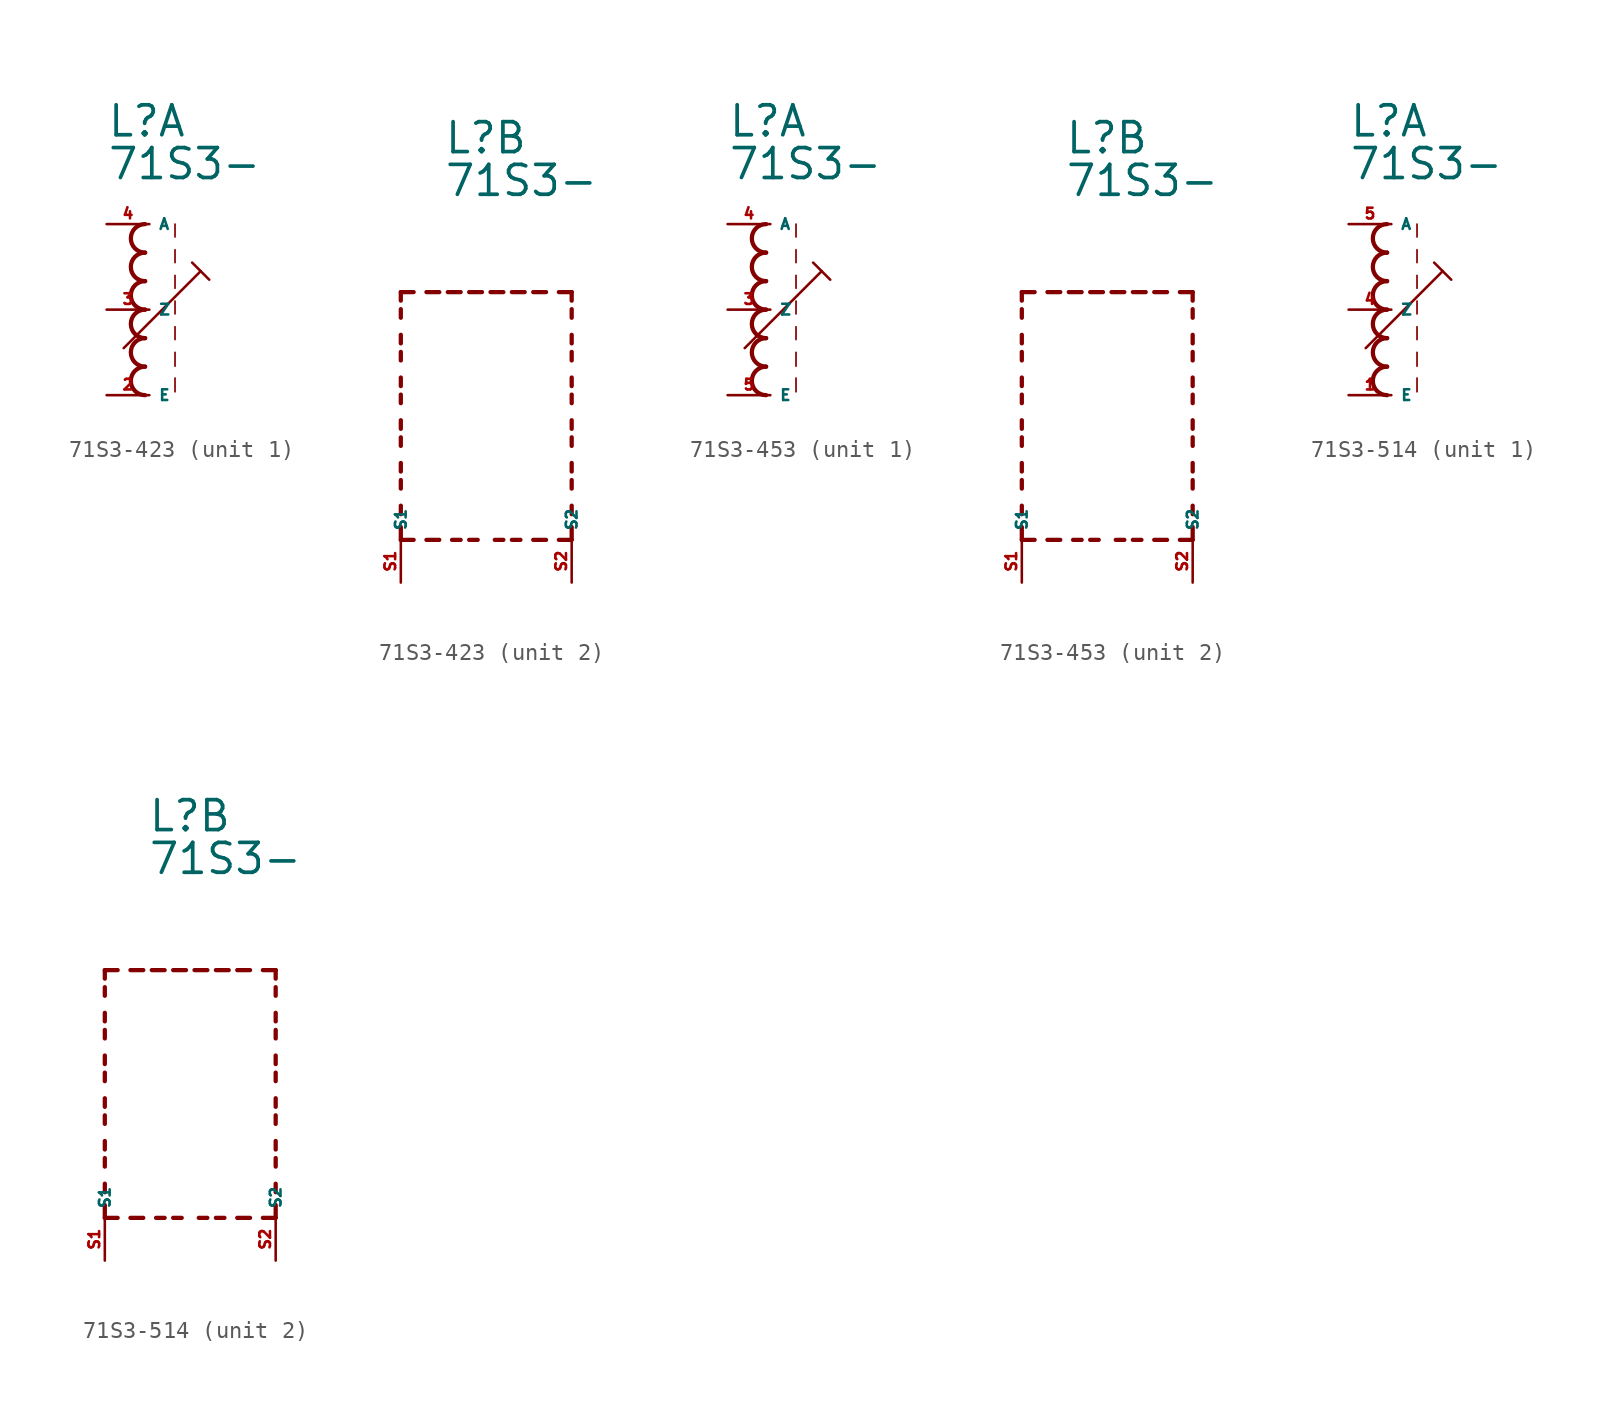
<source format=kicad_sym>
(kicad_symbol_lib
  (version 20220914)
  (generator kicad_symbol_editor)
  (symbol "71S3-423"
    (property "Reference" "L"
      (at -2.54 10.16 0)
      (effects (font (size 1.778 1.778) (thickness 0.22)) (justify left bottom)))
    (property "Value" "71S3-"
      (at -2.54 7.62 0)
      (effects (font (size 1.778 1.778) (thickness 0.22)) (justify left bottom)))
    (symbol "71S3-423_1_0"
      (arc (start -0.254 -3.3866) (mid -1.1004 -4.2333) (end -0.254 -5.08) (stroke (width 0.254) (type default)) (fill (type none)))
      (arc (start -0.254 -1.6932) (mid -1.1004 -2.5399) (end -0.254 -3.3866) (stroke (width 0.254) (type default)) (fill (type none)))
      (arc (start -0.254 0) (mid -1.1004 -0.8467) (end -0.254 -1.6934) (stroke (width 0.254) (type default)) (fill (type none)))
      (arc (start -0.254 1.6934) (mid -1.1004 0.8467) (end -0.254 0) (stroke (width 0.254) (type default)) (fill (type none)))
      (arc (start -0.254 3.3866) (mid -1.1002 2.54) (end -0.254 1.6934) (stroke (width 0.254) (type default)) (fill (type none)))
      (arc (start -0.254 5.08) (mid -1.1004 4.2333) (end -0.254 3.3866) (stroke (width 0.254) (type default)) (fill (type none)))
      (polyline (pts (xy -1.524 -2.286) (xy 3.048 2.286)) (stroke (width 0.152) (type default)) (fill (type none)))
      (polyline (pts (xy 1.524 -4.064) (xy 1.524 -4.88)) (stroke (width 0.102) (type default)) (fill (type none)))
      (polyline (pts (xy 1.524 -2.54) (xy 1.524 -3.356)) (stroke (width 0.102) (type default)) (fill (type none)))
      (polyline (pts (xy 1.524 -1.016) (xy 1.524 -1.778)) (stroke (width 0.102) (type default)) (fill (type none)))
      (polyline (pts (xy 1.524 0.508) (xy 1.524 -0.254)) (stroke (width 0.102) (type default)) (fill (type none)))
      (polyline (pts (xy 1.524 2.032) (xy 1.524 1.27)) (stroke (width 0.102) (type default)) (fill (type none)))
      (polyline (pts (xy 1.524 3.556) (xy 1.524 2.794)) (stroke (width 0.102) (type default)) (fill (type none)))
      (polyline (pts (xy 1.524 5.08) (xy 1.524 4.318)) (stroke (width 0.102) (type default)) (fill (type none)))
      (polyline (pts (xy 2.54 2.794) (xy 3.048 2.286)) (stroke (width 0.152) (type default)) (fill (type none)))
      (polyline (pts (xy 3.048 2.286) (xy 3.556 1.778)) (stroke (width 0.152) (type default)) (fill (type none)))
      (pin passive line (at -2.54 -5.08 0) (length 2.54) (name "E" (effects (font (size 0.635 0.635)))) (number "2" (effects (font (size 0.635 0.635)))))
      (pin passive line (at -2.54 0 0) (length 2.54) (name "Z" (effects (font (size 0.635 0.635)))) (number "3" (effects (font (size 0.635 0.635)))))
      (pin passive line (at -2.54 5.08 0) (length 2.54) (name "A" (effects (font (size 0.635 0.635)))) (number "4" (effects (font (size 0.635 0.635))))))
    (symbol "71S3-423_2_0"
      (polyline (pts (xy -5.08 -12.7) (xy -5.08 -11.938)) (stroke (width 0.254) (type default)) (fill (type none)))
      (polyline (pts (xy -5.08 -12.7) (xy -4.318 -12.7)) (stroke (width 0.254) (type default)) (fill (type none)))
      (polyline (pts (xy -5.08 -11.176) (xy -5.08 -10.668)) (stroke (width 0.254) (type default)) (fill (type none)))
      (polyline (pts (xy -5.08 -9.652) (xy -5.08 -9.144)) (stroke (width 0.254) (type default)) (fill (type none)))
      (polyline (pts (xy -5.08 -8.636) (xy -5.08 -8.128)) (stroke (width 0.254) (type default)) (fill (type none)))
      (polyline (pts (xy -5.08 -7.112) (xy -5.08 -6.604)) (stroke (width 0.254) (type default)) (fill (type none)))
      (polyline (pts (xy -5.08 -6.096) (xy -5.08 -5.588)) (stroke (width 0.254) (type default)) (fill (type none)))
      (polyline (pts (xy -5.08 -4.572) (xy -5.08 -4.064)) (stroke (width 0.254) (type default)) (fill (type none)))
      (polyline (pts (xy -5.08 -3.556) (xy -5.08 -3.048)) (stroke (width 0.254) (type default)) (fill (type none)))
      (polyline (pts (xy -5.08 -2.032) (xy -5.08 -1.524)) (stroke (width 0.254) (type default)) (fill (type none)))
      (polyline (pts (xy -5.08 -1.016) (xy -5.08 -0.508)) (stroke (width 0.254) (type default)) (fill (type none)))
      (polyline (pts (xy -5.08 0.508) (xy -5.08 1.016)) (stroke (width 0.254) (type default)) (fill (type none)))
      (polyline (pts (xy -5.08 1.524) (xy -5.08 2.032)) (stroke (width 0.254) (type default)) (fill (type none)))
      (polyline (pts (xy -5.08 2.032) (xy -4.318 2.032)) (stroke (width 0.254) (type default)) (fill (type none)))
      (polyline (pts (xy -3.556 -12.7) (xy -2.794 -12.7)) (stroke (width 0.254) (type default)) (fill (type none)))
      (polyline (pts (xy -3.556 2.032) (xy -2.794 2.032)) (stroke (width 0.254) (type default)) (fill (type none)))
      (polyline (pts (xy -1.524 -12.7) (xy -2.032 -12.7)) (stroke (width 0.254) (type default)) (fill (type none)))
      (polyline (pts (xy -1.524 2.032) (xy -2.286 2.032)) (stroke (width 0.254) (type default)) (fill (type none)))
      (polyline (pts (xy -1.016 2.032) (xy -0.254 2.032)) (stroke (width 0.254) (type default)) (fill (type none)))
      (polyline (pts (xy -0.508 -12.7) (xy -1.016 -12.7)) (stroke (width 0.254) (type default)) (fill (type none)))
      (polyline (pts (xy 1.016 -12.7) (xy 0.508 -12.7)) (stroke (width 0.254) (type default)) (fill (type none)))
      (polyline (pts (xy 1.016 2.032) (xy 0.254 2.032)) (stroke (width 0.254) (type default)) (fill (type none)))
      (polyline (pts (xy 1.524 2.032) (xy 2.286 2.032)) (stroke (width 0.254) (type default)) (fill (type none)))
      (polyline (pts (xy 2.032 -12.7) (xy 1.524 -12.7)) (stroke (width 0.254) (type default)) (fill (type none)))
      (polyline (pts (xy 3.556 -12.7) (xy 2.794 -12.7)) (stroke (width 0.254) (type default)) (fill (type none)))
      (polyline (pts (xy 3.556 2.032) (xy 2.794 2.032)) (stroke (width 0.254) (type default)) (fill (type none)))
      (polyline (pts (xy 5.08 -12.7) (xy 4.318 -12.7)) (stroke (width 0.254) (type default)) (fill (type none)))
      (polyline (pts (xy 5.08 -12.7) (xy 5.08 -11.938)) (stroke (width 0.254) (type default)) (fill (type none)))
      (polyline (pts (xy 5.08 -11.176) (xy 5.08 -10.668)) (stroke (width 0.254) (type default)) (fill (type none)))
      (polyline (pts (xy 5.08 -9.652) (xy 5.08 -9.144)) (stroke (width 0.254) (type default)) (fill (type none)))
      (polyline (pts (xy 5.08 -8.636) (xy 5.08 -8.128)) (stroke (width 0.254) (type default)) (fill (type none)))
      (polyline (pts (xy 5.08 -7.112) (xy 5.08 -6.604)) (stroke (width 0.254) (type default)) (fill (type none)))
      (polyline (pts (xy 5.08 -6.096) (xy 5.08 -5.588)) (stroke (width 0.254) (type default)) (fill (type none)))
      (polyline (pts (xy 5.08 -4.572) (xy 5.08 -4.064)) (stroke (width 0.254) (type default)) (fill (type none)))
      (polyline (pts (xy 5.08 -3.556) (xy 5.08 -3.048)) (stroke (width 0.254) (type default)) (fill (type none)))
      (polyline (pts (xy 5.08 -2.032) (xy 5.08 -1.524)) (stroke (width 0.254) (type default)) (fill (type none)))
      (polyline (pts (xy 5.08 -1.016) (xy 5.08 -0.508)) (stroke (width 0.254) (type default)) (fill (type none)))
      (polyline (pts (xy 5.08 0.508) (xy 5.08 1.016)) (stroke (width 0.254) (type default)) (fill (type none)))
      (polyline (pts (xy 5.08 1.524) (xy 5.08 2.032)) (stroke (width 0.254) (type default)) (fill (type none)))
      (polyline (pts (xy 5.08 2.032) (xy 4.318 2.032)) (stroke (width 0.254) (type default)) (fill (type none)))
      (pin passive line (at -5.08 -15.24 90) (length 2.54) (name "S1" (effects (font (size 0.635 0.635)))) (number "S1" (effects (font (size 0.635 0.635)))))
      (pin passive line (at 5.08 -15.24 90) (length 2.54) (name "S2" (effects (font (size 0.635 0.635)))) (number "S2" (effects (font (size 0.635 0.635)))))))
  (symbol "71S3-453"
    (property "Reference" "L"
      (at -2.54 10.16 0)
      (effects (font (size 1.778 1.778) (thickness 0.22)) (justify left bottom)))
    (property "Value" "71S3-"
      (at -2.54 7.62 0)
      (effects (font (size 1.778 1.778) (thickness 0.22)) (justify left bottom)))
    (symbol "71S3-453_1_0"
      (arc (start -0.254 -3.3866) (mid -1.1004 -4.2333) (end -0.254 -5.08) (stroke (width 0.254) (type default)) (fill (type none)))
      (arc (start -0.254 -1.6932) (mid -1.1004 -2.5399) (end -0.254 -3.3866) (stroke (width 0.254) (type default)) (fill (type none)))
      (arc (start -0.254 0) (mid -1.1004 -0.8467) (end -0.254 -1.6934) (stroke (width 0.254) (type default)) (fill (type none)))
      (arc (start -0.254 1.6934) (mid -1.1004 0.8467) (end -0.254 0) (stroke (width 0.254) (type default)) (fill (type none)))
      (arc (start -0.254 3.3866) (mid -1.1002 2.54) (end -0.254 1.6934) (stroke (width 0.254) (type default)) (fill (type none)))
      (arc (start -0.254 5.08) (mid -1.1004 4.2333) (end -0.254 3.3866) (stroke (width 0.254) (type default)) (fill (type none)))
      (polyline (pts (xy -1.524 -2.286) (xy 3.048 2.286)) (stroke (width 0.152) (type default)) (fill (type none)))
      (polyline (pts (xy 1.524 -4.064) (xy 1.524 -4.88)) (stroke (width 0.102) (type default)) (fill (type none)))
      (polyline (pts (xy 1.524 -2.54) (xy 1.524 -3.356)) (stroke (width 0.102) (type default)) (fill (type none)))
      (polyline (pts (xy 1.524 -1.016) (xy 1.524 -1.778)) (stroke (width 0.102) (type default)) (fill (type none)))
      (polyline (pts (xy 1.524 0.508) (xy 1.524 -0.254)) (stroke (width 0.102) (type default)) (fill (type none)))
      (polyline (pts (xy 1.524 2.032) (xy 1.524 1.27)) (stroke (width 0.102) (type default)) (fill (type none)))
      (polyline (pts (xy 1.524 3.556) (xy 1.524 2.794)) (stroke (width 0.102) (type default)) (fill (type none)))
      (polyline (pts (xy 1.524 5.08) (xy 1.524 4.318)) (stroke (width 0.102) (type default)) (fill (type none)))
      (polyline (pts (xy 2.54 2.794) (xy 3.048 2.286)) (stroke (width 0.152) (type default)) (fill (type none)))
      (polyline (pts (xy 3.048 2.286) (xy 3.556 1.778)) (stroke (width 0.152) (type default)) (fill (type none)))
      (pin passive line (at -2.54 0 0) (length 2.54) (name "Z" (effects (font (size 0.635 0.635)))) (number "3" (effects (font (size 0.635 0.635)))))
      (pin passive line (at -2.54 5.08 0) (length 2.54) (name "A" (effects (font (size 0.635 0.635)))) (number "4" (effects (font (size 0.635 0.635)))))
      (pin passive line (at -2.54 -5.08 0) (length 2.54) (name "E" (effects (font (size 0.635 0.635)))) (number "5" (effects (font (size 0.635 0.635))))))
    (symbol "71S3-453_2_0"
      (polyline (pts (xy -5.08 -12.7) (xy -5.08 -11.938)) (stroke (width 0.254) (type default)) (fill (type none)))
      (polyline (pts (xy -5.08 -12.7) (xy -4.318 -12.7)) (stroke (width 0.254) (type default)) (fill (type none)))
      (polyline (pts (xy -5.08 -11.176) (xy -5.08 -10.668)) (stroke (width 0.254) (type default)) (fill (type none)))
      (polyline (pts (xy -5.08 -9.652) (xy -5.08 -9.144)) (stroke (width 0.254) (type default)) (fill (type none)))
      (polyline (pts (xy -5.08 -8.636) (xy -5.08 -8.128)) (stroke (width 0.254) (type default)) (fill (type none)))
      (polyline (pts (xy -5.08 -7.112) (xy -5.08 -6.604)) (stroke (width 0.254) (type default)) (fill (type none)))
      (polyline (pts (xy -5.08 -6.096) (xy -5.08 -5.588)) (stroke (width 0.254) (type default)) (fill (type none)))
      (polyline (pts (xy -5.08 -4.572) (xy -5.08 -4.064)) (stroke (width 0.254) (type default)) (fill (type none)))
      (polyline (pts (xy -5.08 -3.556) (xy -5.08 -3.048)) (stroke (width 0.254) (type default)) (fill (type none)))
      (polyline (pts (xy -5.08 -2.032) (xy -5.08 -1.524)) (stroke (width 0.254) (type default)) (fill (type none)))
      (polyline (pts (xy -5.08 -1.016) (xy -5.08 -0.508)) (stroke (width 0.254) (type default)) (fill (type none)))
      (polyline (pts (xy -5.08 0.508) (xy -5.08 1.016)) (stroke (width 0.254) (type default)) (fill (type none)))
      (polyline (pts (xy -5.08 1.524) (xy -5.08 2.032)) (stroke (width 0.254) (type default)) (fill (type none)))
      (polyline (pts (xy -5.08 2.032) (xy -4.318 2.032)) (stroke (width 0.254) (type default)) (fill (type none)))
      (polyline (pts (xy -3.556 -12.7) (xy -2.794 -12.7)) (stroke (width 0.254) (type default)) (fill (type none)))
      (polyline (pts (xy -3.556 2.032) (xy -2.794 2.032)) (stroke (width 0.254) (type default)) (fill (type none)))
      (polyline (pts (xy -1.524 -12.7) (xy -2.032 -12.7)) (stroke (width 0.254) (type default)) (fill (type none)))
      (polyline (pts (xy -1.524 2.032) (xy -2.286 2.032)) (stroke (width 0.254) (type default)) (fill (type none)))
      (polyline (pts (xy -1.016 2.032) (xy -0.254 2.032)) (stroke (width 0.254) (type default)) (fill (type none)))
      (polyline (pts (xy -0.508 -12.7) (xy -1.016 -12.7)) (stroke (width 0.254) (type default)) (fill (type none)))
      (polyline (pts (xy 1.016 -12.7) (xy 0.508 -12.7)) (stroke (width 0.254) (type default)) (fill (type none)))
      (polyline (pts (xy 1.016 2.032) (xy 0.254 2.032)) (stroke (width 0.254) (type default)) (fill (type none)))
      (polyline (pts (xy 1.524 2.032) (xy 2.286 2.032)) (stroke (width 0.254) (type default)) (fill (type none)))
      (polyline (pts (xy 2.032 -12.7) (xy 1.524 -12.7)) (stroke (width 0.254) (type default)) (fill (type none)))
      (polyline (pts (xy 3.556 -12.7) (xy 2.794 -12.7)) (stroke (width 0.254) (type default)) (fill (type none)))
      (polyline (pts (xy 3.556 2.032) (xy 2.794 2.032)) (stroke (width 0.254) (type default)) (fill (type none)))
      (polyline (pts (xy 5.08 -12.7) (xy 4.318 -12.7)) (stroke (width 0.254) (type default)) (fill (type none)))
      (polyline (pts (xy 5.08 -12.7) (xy 5.08 -11.938)) (stroke (width 0.254) (type default)) (fill (type none)))
      (polyline (pts (xy 5.08 -11.176) (xy 5.08 -10.668)) (stroke (width 0.254) (type default)) (fill (type none)))
      (polyline (pts (xy 5.08 -9.652) (xy 5.08 -9.144)) (stroke (width 0.254) (type default)) (fill (type none)))
      (polyline (pts (xy 5.08 -8.636) (xy 5.08 -8.128)) (stroke (width 0.254) (type default)) (fill (type none)))
      (polyline (pts (xy 5.08 -7.112) (xy 5.08 -6.604)) (stroke (width 0.254) (type default)) (fill (type none)))
      (polyline (pts (xy 5.08 -6.096) (xy 5.08 -5.588)) (stroke (width 0.254) (type default)) (fill (type none)))
      (polyline (pts (xy 5.08 -4.572) (xy 5.08 -4.064)) (stroke (width 0.254) (type default)) (fill (type none)))
      (polyline (pts (xy 5.08 -3.556) (xy 5.08 -3.048)) (stroke (width 0.254) (type default)) (fill (type none)))
      (polyline (pts (xy 5.08 -2.032) (xy 5.08 -1.524)) (stroke (width 0.254) (type default)) (fill (type none)))
      (polyline (pts (xy 5.08 -1.016) (xy 5.08 -0.508)) (stroke (width 0.254) (type default)) (fill (type none)))
      (polyline (pts (xy 5.08 0.508) (xy 5.08 1.016)) (stroke (width 0.254) (type default)) (fill (type none)))
      (polyline (pts (xy 5.08 1.524) (xy 5.08 2.032)) (stroke (width 0.254) (type default)) (fill (type none)))
      (polyline (pts (xy 5.08 2.032) (xy 4.318 2.032)) (stroke (width 0.254) (type default)) (fill (type none)))
      (pin passive line (at -5.08 -15.24 90) (length 2.54) (name "S1" (effects (font (size 0.635 0.635)))) (number "S1" (effects (font (size 0.635 0.635)))))
      (pin passive line (at 5.08 -15.24 90) (length 2.54) (name "S2" (effects (font (size 0.635 0.635)))) (number "S2" (effects (font (size 0.635 0.635)))))))
  (symbol "71S3-514"
    (property "Reference" "L"
      (at -2.54 10.16 0)
      (effects (font (size 1.778 1.778) (thickness 0.22)) (justify left bottom)))
    (property "Value" "71S3-"
      (at -2.54 7.62 0)
      (effects (font (size 1.778 1.778) (thickness 0.22)) (justify left bottom)))
    (symbol "71S3-514_1_0"
      (arc (start -0.254 -3.3866) (mid -1.1004 -4.2333) (end -0.254 -5.08) (stroke (width 0.254) (type default)) (fill (type none)))
      (arc (start -0.254 -1.6932) (mid -1.1004 -2.5399) (end -0.254 -3.3866) (stroke (width 0.254) (type default)) (fill (type none)))
      (arc (start -0.254 0) (mid -1.1004 -0.8467) (end -0.254 -1.6934) (stroke (width 0.254) (type default)) (fill (type none)))
      (arc (start -0.254 1.6934) (mid -1.1004 0.8467) (end -0.254 0) (stroke (width 0.254) (type default)) (fill (type none)))
      (arc (start -0.254 3.3866) (mid -1.1002 2.54) (end -0.254 1.6934) (stroke (width 0.254) (type default)) (fill (type none)))
      (arc (start -0.254 5.08) (mid -1.1004 4.2333) (end -0.254 3.3866) (stroke (width 0.254) (type default)) (fill (type none)))
      (polyline (pts (xy -1.524 -2.286) (xy 3.048 2.286)) (stroke (width 0.152) (type default)) (fill (type none)))
      (polyline (pts (xy 1.524 -4.064) (xy 1.524 -4.88)) (stroke (width 0.102) (type default)) (fill (type none)))
      (polyline (pts (xy 1.524 -2.54) (xy 1.524 -3.356)) (stroke (width 0.102) (type default)) (fill (type none)))
      (polyline (pts (xy 1.524 -1.016) (xy 1.524 -1.778)) (stroke (width 0.102) (type default)) (fill (type none)))
      (polyline (pts (xy 1.524 0.508) (xy 1.524 -0.254)) (stroke (width 0.102) (type default)) (fill (type none)))
      (polyline (pts (xy 1.524 2.032) (xy 1.524 1.27)) (stroke (width 0.102) (type default)) (fill (type none)))
      (polyline (pts (xy 1.524 3.556) (xy 1.524 2.794)) (stroke (width 0.102) (type default)) (fill (type none)))
      (polyline (pts (xy 1.524 5.08) (xy 1.524 4.318)) (stroke (width 0.102) (type default)) (fill (type none)))
      (polyline (pts (xy 2.54 2.794) (xy 3.048 2.286)) (stroke (width 0.152) (type default)) (fill (type none)))
      (polyline (pts (xy 3.048 2.286) (xy 3.556 1.778)) (stroke (width 0.152) (type default)) (fill (type none)))
      (pin passive line (at -2.54 -5.08 0) (length 2.54) (name "E" (effects (font (size 0.635 0.635)))) (number "1" (effects (font (size 0.635 0.635)))))
      (pin passive line (at -2.54 0 0) (length 2.54) (name "Z" (effects (font (size 0.635 0.635)))) (number "4" (effects (font (size 0.635 0.635)))))
      (pin passive line (at -2.54 5.08 0) (length 2.54) (name "A" (effects (font (size 0.635 0.635)))) (number "5" (effects (font (size 0.635 0.635))))))
    (symbol "71S3-514_2_0"
      (polyline (pts (xy -5.08 -12.7) (xy -5.08 -11.938)) (stroke (width 0.254) (type default)) (fill (type none)))
      (polyline (pts (xy -5.08 -12.7) (xy -4.318 -12.7)) (stroke (width 0.254) (type default)) (fill (type none)))
      (polyline (pts (xy -5.08 -11.176) (xy -5.08 -10.668)) (stroke (width 0.254) (type default)) (fill (type none)))
      (polyline (pts (xy -5.08 -9.652) (xy -5.08 -9.144)) (stroke (width 0.254) (type default)) (fill (type none)))
      (polyline (pts (xy -5.08 -8.636) (xy -5.08 -8.128)) (stroke (width 0.254) (type default)) (fill (type none)))
      (polyline (pts (xy -5.08 -7.112) (xy -5.08 -6.604)) (stroke (width 0.254) (type default)) (fill (type none)))
      (polyline (pts (xy -5.08 -6.096) (xy -5.08 -5.588)) (stroke (width 0.254) (type default)) (fill (type none)))
      (polyline (pts (xy -5.08 -4.572) (xy -5.08 -4.064)) (stroke (width 0.254) (type default)) (fill (type none)))
      (polyline (pts (xy -5.08 -3.556) (xy -5.08 -3.048)) (stroke (width 0.254) (type default)) (fill (type none)))
      (polyline (pts (xy -5.08 -2.032) (xy -5.08 -1.524)) (stroke (width 0.254) (type default)) (fill (type none)))
      (polyline (pts (xy -5.08 -1.016) (xy -5.08 -0.508)) (stroke (width 0.254) (type default)) (fill (type none)))
      (polyline (pts (xy -5.08 0.508) (xy -5.08 1.016)) (stroke (width 0.254) (type default)) (fill (type none)))
      (polyline (pts (xy -5.08 1.524) (xy -5.08 2.032)) (stroke (width 0.254) (type default)) (fill (type none)))
      (polyline (pts (xy -5.08 2.032) (xy -4.318 2.032)) (stroke (width 0.254) (type default)) (fill (type none)))
      (polyline (pts (xy -3.556 -12.7) (xy -2.794 -12.7)) (stroke (width 0.254) (type default)) (fill (type none)))
      (polyline (pts (xy -3.556 2.032) (xy -2.794 2.032)) (stroke (width 0.254) (type default)) (fill (type none)))
      (polyline (pts (xy -1.524 -12.7) (xy -2.032 -12.7)) (stroke (width 0.254) (type default)) (fill (type none)))
      (polyline (pts (xy -1.524 2.032) (xy -2.286 2.032)) (stroke (width 0.254) (type default)) (fill (type none)))
      (polyline (pts (xy -1.016 2.032) (xy -0.254 2.032)) (stroke (width 0.254) (type default)) (fill (type none)))
      (polyline (pts (xy -0.508 -12.7) (xy -1.016 -12.7)) (stroke (width 0.254) (type default)) (fill (type none)))
      (polyline (pts (xy 1.016 -12.7) (xy 0.508 -12.7)) (stroke (width 0.254) (type default)) (fill (type none)))
      (polyline (pts (xy 1.016 2.032) (xy 0.254 2.032)) (stroke (width 0.254) (type default)) (fill (type none)))
      (polyline (pts (xy 1.524 2.032) (xy 2.286 2.032)) (stroke (width 0.254) (type default)) (fill (type none)))
      (polyline (pts (xy 2.032 -12.7) (xy 1.524 -12.7)) (stroke (width 0.254) (type default)) (fill (type none)))
      (polyline (pts (xy 3.556 -12.7) (xy 2.794 -12.7)) (stroke (width 0.254) (type default)) (fill (type none)))
      (polyline (pts (xy 3.556 2.032) (xy 2.794 2.032)) (stroke (width 0.254) (type default)) (fill (type none)))
      (polyline (pts (xy 5.08 -12.7) (xy 4.318 -12.7)) (stroke (width 0.254) (type default)) (fill (type none)))
      (polyline (pts (xy 5.08 -12.7) (xy 5.08 -11.938)) (stroke (width 0.254) (type default)) (fill (type none)))
      (polyline (pts (xy 5.08 -11.176) (xy 5.08 -10.668)) (stroke (width 0.254) (type default)) (fill (type none)))
      (polyline (pts (xy 5.08 -9.652) (xy 5.08 -9.144)) (stroke (width 0.254) (type default)) (fill (type none)))
      (polyline (pts (xy 5.08 -8.636) (xy 5.08 -8.128)) (stroke (width 0.254) (type default)) (fill (type none)))
      (polyline (pts (xy 5.08 -7.112) (xy 5.08 -6.604)) (stroke (width 0.254) (type default)) (fill (type none)))
      (polyline (pts (xy 5.08 -6.096) (xy 5.08 -5.588)) (stroke (width 0.254) (type default)) (fill (type none)))
      (polyline (pts (xy 5.08 -4.572) (xy 5.08 -4.064)) (stroke (width 0.254) (type default)) (fill (type none)))
      (polyline (pts (xy 5.08 -3.556) (xy 5.08 -3.048)) (stroke (width 0.254) (type default)) (fill (type none)))
      (polyline (pts (xy 5.08 -2.032) (xy 5.08 -1.524)) (stroke (width 0.254) (type default)) (fill (type none)))
      (polyline (pts (xy 5.08 -1.016) (xy 5.08 -0.508)) (stroke (width 0.254) (type default)) (fill (type none)))
      (polyline (pts (xy 5.08 0.508) (xy 5.08 1.016)) (stroke (width 0.254) (type default)) (fill (type none)))
      (polyline (pts (xy 5.08 1.524) (xy 5.08 2.032)) (stroke (width 0.254) (type default)) (fill (type none)))
      (polyline (pts (xy 5.08 2.032) (xy 4.318 2.032)) (stroke (width 0.254) (type default)) (fill (type none)))
      (pin passive line (at -5.08 -15.24 90) (length 2.54) (name "S1" (effects (font (size 0.635 0.635)))) (number "S1" (effects (font (size 0.635 0.635)))))
      (pin passive line (at 5.08 -15.24 90) (length 2.54) (name "S2" (effects (font (size 0.635 0.635)))) (number "S2" (effects (font (size 0.635 0.635))))))))
</source>
